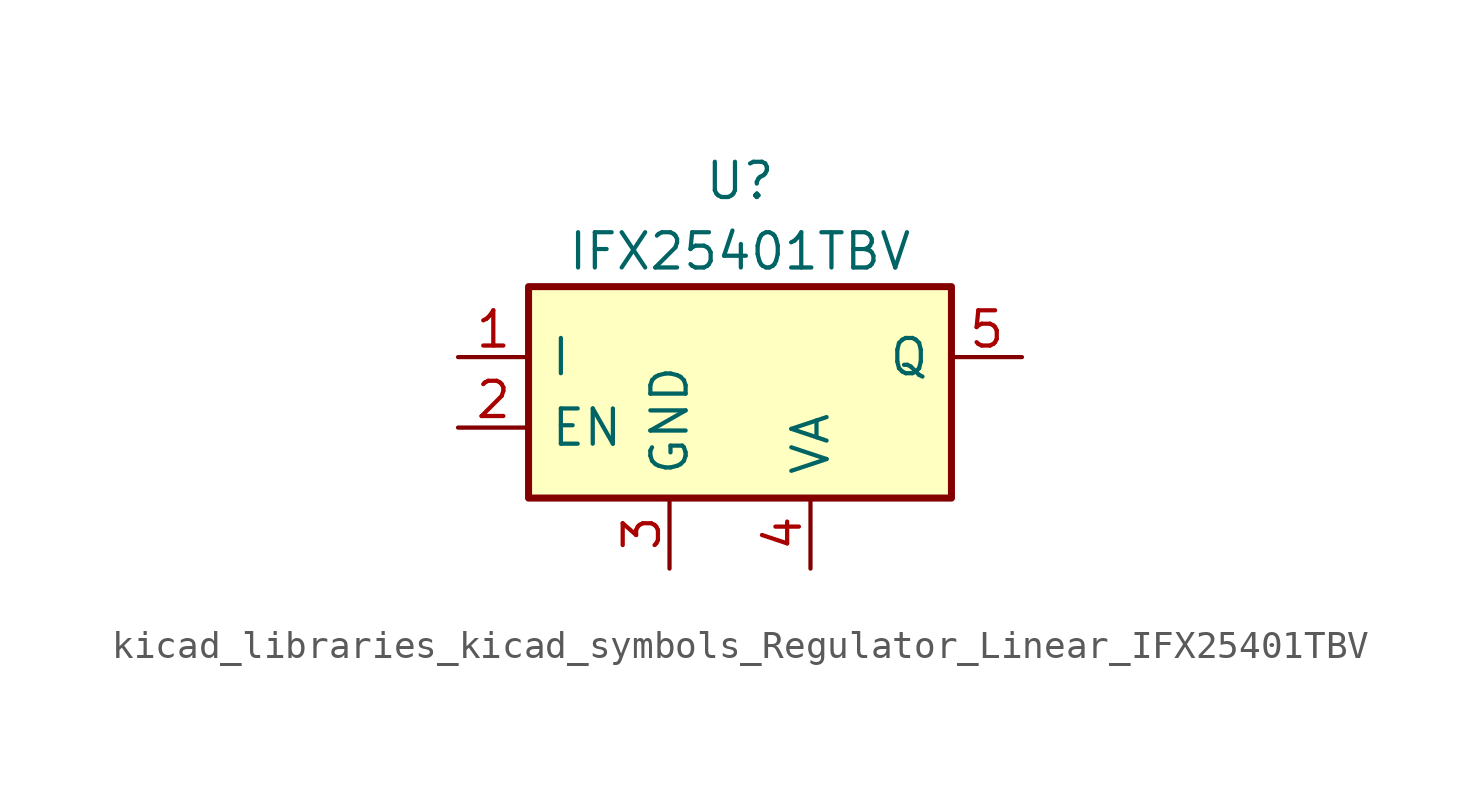
<source format=kicad_sym>
(kicad_symbol_lib
  (version 20220914)
  (generator kicad_symbol_editor)
  (symbol "kicad_libraries_kicad_symbols_Regulator_Linear_IFX25401TBV"
    (pin_names
      (offset 0.762))
    (property "Reference" "U"
      (at 0 6.35 0)
      (effects (font (size 1.27 1.27))))
    (property "Value" "IFX25401TBV"
      (at 0 3.81 0)
      (effects (font (size 1.27 1.27))))
    (symbol "kicad_libraries_kicad_symbols_Regulator_Linear_IFX25401TBV_0_1"
      (rectangle (start -7.62 2.54) (end 7.62 -5.08) (stroke (width 0.254) (type default)) (fill (type background))))
    (symbol "kicad_libraries_kicad_symbols_Regulator_Linear_IFX25401TBV_1_1"
      (pin power_in line (at -10.16 0 0) (length 2.54) (name "I" (effects (font (size 1.27 1.27)))) (number "1" (effects (font (size 1.27 1.27)))))
      (pin input line (at -10.16 -2.54 0) (length 2.54) (name "EN" (effects (font (size 1.27 1.27)))) (number "2" (effects (font (size 1.27 1.27)))))
      (pin power_in line (at -2.54 -7.62 90) (length 2.54) (name "GND" (effects (font (size 1.27 1.27)))) (number "3" (effects (font (size 1.27 1.27)))))
      (pin input line (at 2.54 -7.62 90) (length 2.54) (name "VA" (effects (font (size 1.27 1.27)))) (number "4" (effects (font (size 1.27 1.27)))))
      (pin power_out line (at 10.16 0 180) (length 2.54) (name "Q" (effects (font (size 1.27 1.27)))) (number "5" (effects (font (size 1.27 1.27))))))))
</source>
